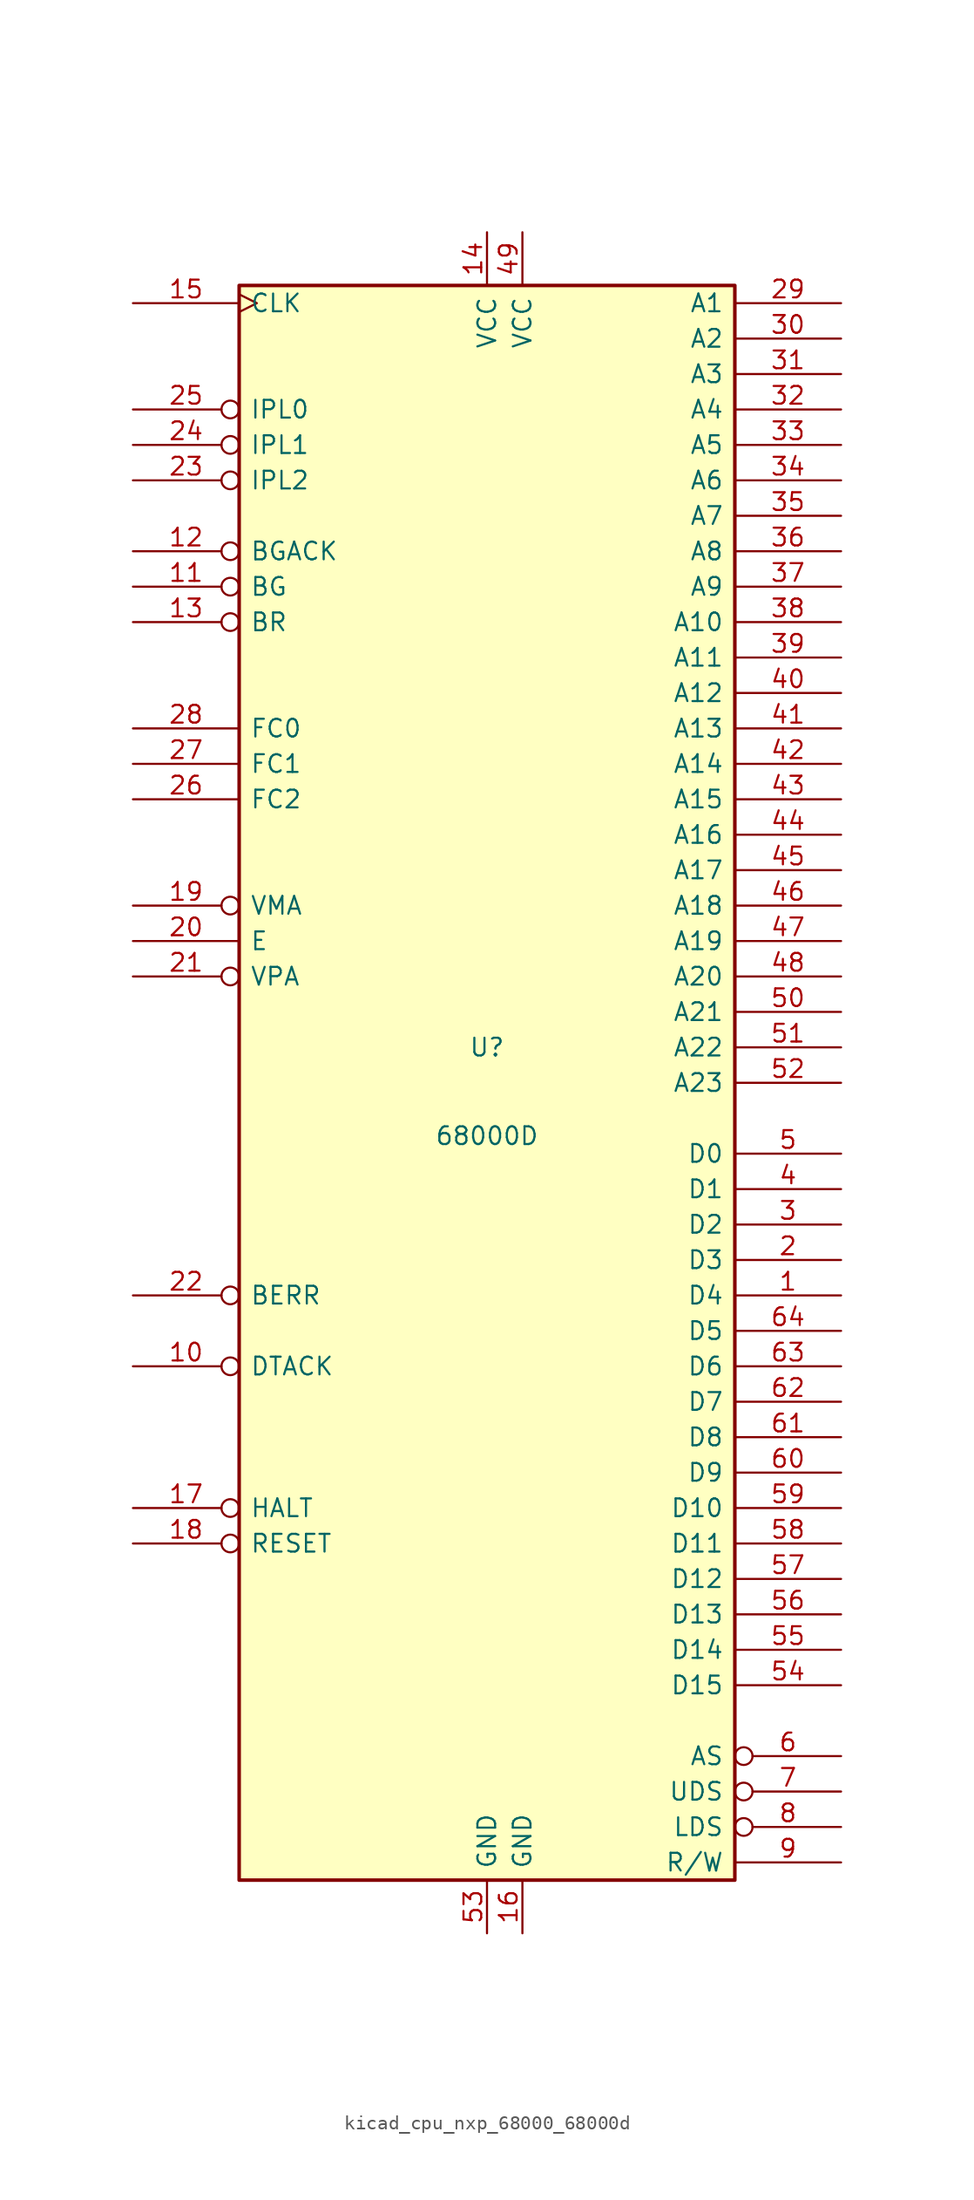
<source format=kicad_sym>
(kicad_symbol_lib
  (version 20220914)
  (generator kicad_symbol_editor)
  (symbol "kicad_cpu_nxp_68000_68000d"
    (pin_names
      (offset 0.762))
    (property "Reference" "U"
      (at 0 2.54 0)
      (effects (font (size 1.27 1.27))))
    (property "Value" "68000D"
      (at 0 -3.81 0)
      (effects (font (size 1.27 1.27))))
    (symbol "kicad_cpu_nxp_68000_68000d_0_1"
      (rectangle (start -17.78 57.15) (end 17.78 -57.15) (stroke (width 0.254) (type default)) (fill (type background))))
    (symbol "kicad_cpu_nxp_68000_68000d_1_1"
      (pin bidirectional line (at 25.4 -15.24 180) (length 7.62) (name "D4" (effects (font (size 1.27 1.27)))) (number "1" (effects (font (size 1.27 1.27)))))
      (pin input inverted (at -25.4 -20.32 0) (length 7.62) (name "DTACK" (effects (font (size 1.27 1.27)))) (number "10" (effects (font (size 1.27 1.27)))))
      (pin output inverted (at -25.4 35.56 0) (length 7.62) (name "BG" (effects (font (size 1.27 1.27)))) (number "11" (effects (font (size 1.27 1.27)))))
      (pin input inverted (at -25.4 38.1 0) (length 7.62) (name "BGACK" (effects (font (size 1.27 1.27)))) (number "12" (effects (font (size 1.27 1.27)))))
      (pin input inverted (at -25.4 33.02 0) (length 7.62) (name "BR" (effects (font (size 1.27 1.27)))) (number "13" (effects (font (size 1.27 1.27)))))
      (pin power_in line (at 0 60.96 270) (length 3.81) (name "VCC" (effects (font (size 1.27 1.27)))) (number "14" (effects (font (size 1.27 1.27)))))
      (pin input clock (at -25.4 55.88 0) (length 7.62) (name "CLK" (effects (font (size 1.27 1.27)))) (number "15" (effects (font (size 1.27 1.27)))))
      (pin power_in line (at 2.54 -60.96 90) (length 3.81) (name "GND" (effects (font (size 1.27 1.27)))) (number "16" (effects (font (size 1.27 1.27)))))
      (pin bidirectional inverted (at -25.4 -30.48 0) (length 7.62) (name "HALT" (effects (font (size 1.27 1.27)))) (number "17" (effects (font (size 1.27 1.27)))))
      (pin bidirectional inverted (at -25.4 -33.02 0) (length 7.62) (name "RESET" (effects (font (size 1.27 1.27)))) (number "18" (effects (font (size 1.27 1.27)))))
      (pin output inverted (at -25.4 12.7 0) (length 7.62) (name "VMA" (effects (font (size 1.27 1.27)))) (number "19" (effects (font (size 1.27 1.27)))))
      (pin bidirectional line (at 25.4 -12.7 180) (length 7.62) (name "D3" (effects (font (size 1.27 1.27)))) (number "2" (effects (font (size 1.27 1.27)))))
      (pin output line (at -25.4 10.16 0) (length 7.62) (name "E" (effects (font (size 1.27 1.27)))) (number "20" (effects (font (size 1.27 1.27)))))
      (pin input inverted (at -25.4 7.62 0) (length 7.62) (name "VPA" (effects (font (size 1.27 1.27)))) (number "21" (effects (font (size 1.27 1.27)))))
      (pin input inverted (at -25.4 -15.24 0) (length 7.62) (name "BERR" (effects (font (size 1.27 1.27)))) (number "22" (effects (font (size 1.27 1.27)))))
      (pin input inverted (at -25.4 43.18 0) (length 7.62) (name "IPL2" (effects (font (size 1.27 1.27)))) (number "23" (effects (font (size 1.27 1.27)))))
      (pin input inverted (at -25.4 45.72 0) (length 7.62) (name "IPL1" (effects (font (size 1.27 1.27)))) (number "24" (effects (font (size 1.27 1.27)))))
      (pin input inverted (at -25.4 48.26 0) (length 7.62) (name "IPL0" (effects (font (size 1.27 1.27)))) (number "25" (effects (font (size 1.27 1.27)))))
      (pin output line (at -25.4 20.32 0) (length 7.62) (name "FC2" (effects (font (size 1.27 1.27)))) (number "26" (effects (font (size 1.27 1.27)))))
      (pin output line (at -25.4 22.86 0) (length 7.62) (name "FC1" (effects (font (size 1.27 1.27)))) (number "27" (effects (font (size 1.27 1.27)))))
      (pin output line (at -25.4 25.4 0) (length 7.62) (name "FC0" (effects (font (size 1.27 1.27)))) (number "28" (effects (font (size 1.27 1.27)))))
      (pin output line (at 25.4 55.88 180) (length 7.62) (name "A1" (effects (font (size 1.27 1.27)))) (number "29" (effects (font (size 1.27 1.27)))))
      (pin bidirectional line (at 25.4 -10.16 180) (length 7.62) (name "D2" (effects (font (size 1.27 1.27)))) (number "3" (effects (font (size 1.27 1.27)))))
      (pin output line (at 25.4 53.34 180) (length 7.62) (name "A2" (effects (font (size 1.27 1.27)))) (number "30" (effects (font (size 1.27 1.27)))))
      (pin output line (at 25.4 50.8 180) (length 7.62) (name "A3" (effects (font (size 1.27 1.27)))) (number "31" (effects (font (size 1.27 1.27)))))
      (pin output line (at 25.4 48.26 180) (length 7.62) (name "A4" (effects (font (size 1.27 1.27)))) (number "32" (effects (font (size 1.27 1.27)))))
      (pin output line (at 25.4 45.72 180) (length 7.62) (name "A5" (effects (font (size 1.27 1.27)))) (number "33" (effects (font (size 1.27 1.27)))))
      (pin output line (at 25.4 43.18 180) (length 7.62) (name "A6" (effects (font (size 1.27 1.27)))) (number "34" (effects (font (size 1.27 1.27)))))
      (pin output line (at 25.4 40.64 180) (length 7.62) (name "A7" (effects (font (size 1.27 1.27)))) (number "35" (effects (font (size 1.27 1.27)))))
      (pin output line (at 25.4 38.1 180) (length 7.62) (name "A8" (effects (font (size 1.27 1.27)))) (number "36" (effects (font (size 1.27 1.27)))))
      (pin output line (at 25.4 35.56 180) (length 7.62) (name "A9" (effects (font (size 1.27 1.27)))) (number "37" (effects (font (size 1.27 1.27)))))
      (pin output line (at 25.4 33.02 180) (length 7.62) (name "A10" (effects (font (size 1.27 1.27)))) (number "38" (effects (font (size 1.27 1.27)))))
      (pin output line (at 25.4 30.48 180) (length 7.62) (name "A11" (effects (font (size 1.27 1.27)))) (number "39" (effects (font (size 1.27 1.27)))))
      (pin bidirectional line (at 25.4 -7.62 180) (length 7.62) (name "D1" (effects (font (size 1.27 1.27)))) (number "4" (effects (font (size 1.27 1.27)))))
      (pin output line (at 25.4 27.94 180) (length 7.62) (name "A12" (effects (font (size 1.27 1.27)))) (number "40" (effects (font (size 1.27 1.27)))))
      (pin output line (at 25.4 25.4 180) (length 7.62) (name "A13" (effects (font (size 1.27 1.27)))) (number "41" (effects (font (size 1.27 1.27)))))
      (pin output line (at 25.4 22.86 180) (length 7.62) (name "A14" (effects (font (size 1.27 1.27)))) (number "42" (effects (font (size 1.27 1.27)))))
      (pin output line (at 25.4 20.32 180) (length 7.62) (name "A15" (effects (font (size 1.27 1.27)))) (number "43" (effects (font (size 1.27 1.27)))))
      (pin output line (at 25.4 17.78 180) (length 7.62) (name "A16" (effects (font (size 1.27 1.27)))) (number "44" (effects (font (size 1.27 1.27)))))
      (pin output line (at 25.4 15.24 180) (length 7.62) (name "A17" (effects (font (size 1.27 1.27)))) (number "45" (effects (font (size 1.27 1.27)))))
      (pin output line (at 25.4 12.7 180) (length 7.62) (name "A18" (effects (font (size 1.27 1.27)))) (number "46" (effects (font (size 1.27 1.27)))))
      (pin output line (at 25.4 10.16 180) (length 7.62) (name "A19" (effects (font (size 1.27 1.27)))) (number "47" (effects (font (size 1.27 1.27)))))
      (pin output line (at 25.4 7.62 180) (length 7.62) (name "A20" (effects (font (size 1.27 1.27)))) (number "48" (effects (font (size 1.27 1.27)))))
      (pin power_in line (at 2.54 60.96 270) (length 3.81) (name "VCC" (effects (font (size 1.27 1.27)))) (number "49" (effects (font (size 1.27 1.27)))))
      (pin bidirectional line (at 25.4 -5.08 180) (length 7.62) (name "D0" (effects (font (size 1.27 1.27)))) (number "5" (effects (font (size 1.27 1.27)))))
      (pin output line (at 25.4 5.08 180) (length 7.62) (name "A21" (effects (font (size 1.27 1.27)))) (number "50" (effects (font (size 1.27 1.27)))))
      (pin output line (at 25.4 2.54 180) (length 7.62) (name "A22" (effects (font (size 1.27 1.27)))) (number "51" (effects (font (size 1.27 1.27)))))
      (pin output line (at 25.4 0 180) (length 7.62) (name "A23" (effects (font (size 1.27 1.27)))) (number "52" (effects (font (size 1.27 1.27)))))
      (pin power_in line (at 0 -60.96 90) (length 3.81) (name "GND" (effects (font (size 1.27 1.27)))) (number "53" (effects (font (size 1.27 1.27)))))
      (pin bidirectional line (at 25.4 -43.18 180) (length 7.62) (name "D15" (effects (font (size 1.27 1.27)))) (number "54" (effects (font (size 1.27 1.27)))))
      (pin bidirectional line (at 25.4 -40.64 180) (length 7.62) (name "D14" (effects (font (size 1.27 1.27)))) (number "55" (effects (font (size 1.27 1.27)))))
      (pin bidirectional line (at 25.4 -38.1 180) (length 7.62) (name "D13" (effects (font (size 1.27 1.27)))) (number "56" (effects (font (size 1.27 1.27)))))
      (pin bidirectional line (at 25.4 -35.56 180) (length 7.62) (name "D12" (effects (font (size 1.27 1.27)))) (number "57" (effects (font (size 1.27 1.27)))))
      (pin bidirectional line (at 25.4 -33.02 180) (length 7.62) (name "D11" (effects (font (size 1.27 1.27)))) (number "58" (effects (font (size 1.27 1.27)))))
      (pin bidirectional line (at 25.4 -30.48 180) (length 7.62) (name "D10" (effects (font (size 1.27 1.27)))) (number "59" (effects (font (size 1.27 1.27)))))
      (pin output inverted (at 25.4 -48.26 180) (length 7.62) (name "AS" (effects (font (size 1.27 1.27)))) (number "6" (effects (font (size 1.27 1.27)))))
      (pin bidirectional line (at 25.4 -27.94 180) (length 7.62) (name "D9" (effects (font (size 1.27 1.27)))) (number "60" (effects (font (size 1.27 1.27)))))
      (pin bidirectional line (at 25.4 -25.4 180) (length 7.62) (name "D8" (effects (font (size 1.27 1.27)))) (number "61" (effects (font (size 1.27 1.27)))))
      (pin bidirectional line (at 25.4 -22.86 180) (length 7.62) (name "D7" (effects (font (size 1.27 1.27)))) (number "62" (effects (font (size 1.27 1.27)))))
      (pin bidirectional line (at 25.4 -20.32 180) (length 7.62) (name "D6" (effects (font (size 1.27 1.27)))) (number "63" (effects (font (size 1.27 1.27)))))
      (pin bidirectional line (at 25.4 -17.78 180) (length 7.62) (name "D5" (effects (font (size 1.27 1.27)))) (number "64" (effects (font (size 1.27 1.27)))))
      (pin output inverted (at 25.4 -50.8 180) (length 7.62) (name "UDS" (effects (font (size 1.27 1.27)))) (number "7" (effects (font (size 1.27 1.27)))))
      (pin output inverted (at 25.4 -53.34 180) (length 7.62) (name "LDS" (effects (font (size 1.27 1.27)))) (number "8" (effects (font (size 1.27 1.27)))))
      (pin output line (at 25.4 -55.88 180) (length 7.62) (name "R/W" (effects (font (size 1.27 1.27)))) (number "9" (effects (font (size 1.27 1.27))))))))
</source>
